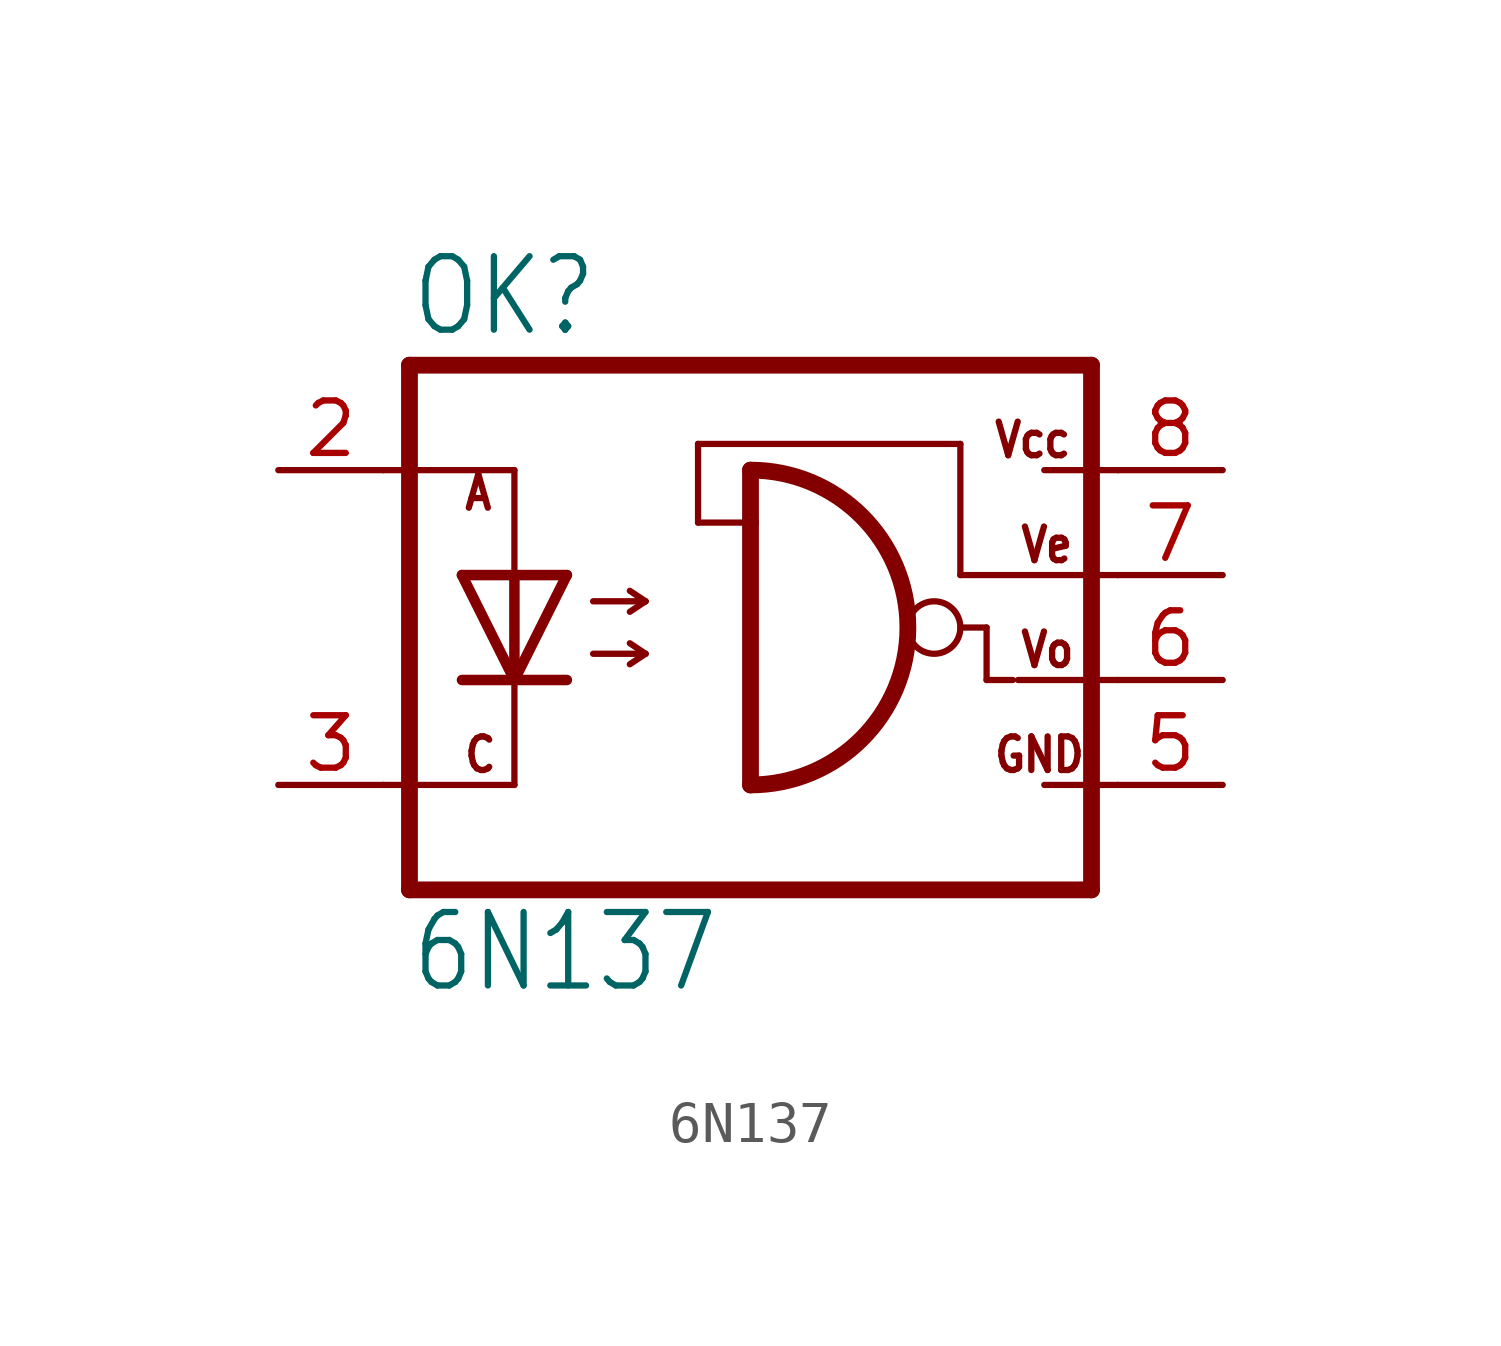
<source format=kicad_sym>
(kicad_symbol_lib
  (version 20211014)
  (generator kicad_symbol_editor)
  (symbol "6N137"
    (property "Reference" "OK"
      (at -9.525 8.255 0)
      (effects (font (size 1.778 1.511)) (justify left bottom)))
    (property "Value" "6N137"
      (at -9.525 -7.62 0)
      (effects (font (size 1.778 1.511)) (justify left bottom)))
    (property "ki_locked" ""
      (at 0 0 0)
      (effects (font (size 1.27 1.27))))
    (symbol "6N137_1_0"
      (arc (start -1.27 -2.54) (mid 2.54 1.27) (end -1.27 5.08) (stroke (width 0.4064) (type default) (color 0 0 0 0)) (fill (type none)))
      (polyline (pts (xy -10.16 -2.54) (xy -6.985 -2.54)) (stroke (width 0.152) (type default) (color 0 0 0 0)) (fill (type none)))
      (polyline (pts (xy -10.16 5.08) (xy -6.985 5.08)) (stroke (width 0.152) (type default) (color 0 0 0 0)) (fill (type none)))
      (polyline (pts (xy -9.525 7.62) (xy -9.525 -5.08)) (stroke (width 0.406) (type default) (color 0 0 0 0)) (fill (type none)))
      (polyline (pts (xy -6.985 -2.54) (xy -6.985 0)) (stroke (width 0.152) (type default) (color 0 0 0 0)) (fill (type none)))
      (polyline (pts (xy -6.985 0) (xy -8.255 0)) (stroke (width 0.254) (type default) (color 0 0 0 0)) (fill (type none)))
      (polyline (pts (xy -6.985 0) (xy -8.255 2.54)) (stroke (width 0.254) (type default) (color 0 0 0 0)) (fill (type none)))
      (polyline (pts (xy -6.985 2.54) (xy -8.255 2.54)) (stroke (width 0.254) (type default) (color 0 0 0 0)) (fill (type none)))
      (polyline (pts (xy -6.985 2.54) (xy -6.985 0)) (stroke (width 0.254) (type default) (color 0 0 0 0)) (fill (type none)))
      (polyline (pts (xy -6.985 2.54) (xy -6.985 5.08)) (stroke (width 0.152) (type default) (color 0 0 0 0)) (fill (type none)))
      (polyline (pts (xy -5.715 0) (xy -6.985 0)) (stroke (width 0.254) (type default) (color 0 0 0 0)) (fill (type none)))
      (polyline (pts (xy -5.715 2.54) (xy -6.985 0)) (stroke (width 0.254) (type default) (color 0 0 0 0)) (fill (type none)))
      (polyline (pts (xy -5.715 2.54) (xy -6.985 2.54)) (stroke (width 0.254) (type default) (color 0 0 0 0)) (fill (type none)))
      (polyline (pts (xy -5.08 0.635) (xy -3.81 0.635)) (stroke (width 0.152) (type default) (color 0 0 0 0)) (fill (type none)))
      (polyline (pts (xy -5.08 1.905) (xy -3.81 1.905)) (stroke (width 0.152) (type default) (color 0 0 0 0)) (fill (type none)))
      (polyline (pts (xy -3.81 0.635) (xy -4.191 0.381)) (stroke (width 0.152) (type default) (color 0 0 0 0)) (fill (type none)))
      (polyline (pts (xy -3.81 0.635) (xy -4.191 0.889)) (stroke (width 0.152) (type default) (color 0 0 0 0)) (fill (type none)))
      (polyline (pts (xy -3.81 1.905) (xy -4.191 1.651)) (stroke (width 0.152) (type default) (color 0 0 0 0)) (fill (type none)))
      (polyline (pts (xy -3.81 1.905) (xy -4.191 2.159)) (stroke (width 0.152) (type default) (color 0 0 0 0)) (fill (type none)))
      (polyline (pts (xy -2.54 3.81) (xy -2.54 5.715)) (stroke (width 0.152) (type default) (color 0 0 0 0)) (fill (type none)))
      (polyline (pts (xy -2.54 5.715) (xy 3.81 5.715)) (stroke (width 0.152) (type default) (color 0 0 0 0)) (fill (type none)))
      (polyline (pts (xy -1.27 3.81) (xy -2.54 3.81)) (stroke (width 0.152) (type default) (color 0 0 0 0)) (fill (type none)))
      (polyline (pts (xy -1.27 3.81) (xy -1.27 -2.54)) (stroke (width 0.406) (type default) (color 0 0 0 0)) (fill (type none)))
      (polyline (pts (xy -1.27 5.08) (xy -1.27 3.81)) (stroke (width 0.406) (type default) (color 0 0 0 0)) (fill (type none)))
      (polyline (pts (xy 3.81 1.27) (xy 4.445 1.27)) (stroke (width 0.152) (type default) (color 0 0 0 0)) (fill (type none)))
      (polyline (pts (xy 3.81 2.54) (xy 7.62 2.54)) (stroke (width 0.152) (type default) (color 0 0 0 0)) (fill (type none)))
      (polyline (pts (xy 3.81 5.715) (xy 3.81 2.54)) (stroke (width 0.152) (type default) (color 0 0 0 0)) (fill (type none)))
      (polyline (pts (xy 4.445 0) (xy 5.08 0)) (stroke (width 0.152) (type default) (color 0 0 0 0)) (fill (type none)))
      (polyline (pts (xy 4.445 1.27) (xy 4.445 0)) (stroke (width 0.152) (type default) (color 0 0 0 0)) (fill (type none)))
      (polyline (pts (xy 5.207 0) (xy 7.62 0)) (stroke (width 0.152) (type default) (color 0 0 0 0)) (fill (type none)))
      (polyline (pts (xy 5.842 -2.54) (xy 7.62 -2.54)) (stroke (width 0.152) (type default) (color 0 0 0 0)) (fill (type none)))
      (polyline (pts (xy 5.842 5.08) (xy 7.62 5.08)) (stroke (width 0.152) (type default) (color 0 0 0 0)) (fill (type none)))
      (polyline (pts (xy 6.985 -5.08) (xy -9.525 -5.08)) (stroke (width 0.406) (type default) (color 0 0 0 0)) (fill (type none)))
      (polyline (pts (xy 6.985 7.62) (xy -9.525 7.62)) (stroke (width 0.406) (type default) (color 0 0 0 0)) (fill (type none)))
      (polyline (pts (xy 6.985 7.62) (xy 6.985 -5.08)) (stroke (width 0.406) (type default) (color 0 0 0 0)) (fill (type none)))
      (circle (center 3.175 1.27) (radius 0.635) (stroke (width 0.152) (type default) (color 0 0 0 0)) (fill (type none)))
      (text "A" (at -8.255 4.064 0) (effects (font (size 0.813 0.691)) (justify left bottom)))
      (text "C" (at -8.255 -2.286 0) (effects (font (size 0.813 0.691)) (justify left bottom)))
      (text "GND" (at 4.572 -2.286 0) (effects (font (size 0.813 0.691)) (justify left bottom)))
      (text "Vcc" (at 4.572 5.334 0) (effects (font (size 0.813 0.691)) (justify left bottom)))
      (text "Ve" (at 5.207 2.794 0) (effects (font (size 0.813 0.691)) (justify left bottom)))
      (text "Vo" (at 5.207 0.254 0) (effects (font (size 0.813 0.691)) (justify left bottom)))
      (pin passive line (at -12.7 5.08 0) (length 2.54) (name "A" (effects (font (size 0 0)))) (number "2" (effects (font (size 1.27 1.27)))))
      (pin passive line (at -12.7 -2.54 0) (length 2.54) (name "C" (effects (font (size 0 0)))) (number "3" (effects (font (size 1.27 1.27)))))
      (pin passive line (at 10.16 -2.54 180) (length 2.54) (name "GND" (effects (font (size 0 0)))) (number "5" (effects (font (size 1.27 1.27)))))
      (pin passive line (at 10.16 0 180) (length 2.54) (name "VO" (effects (font (size 0 0)))) (number "6" (effects (font (size 1.27 1.27)))))
      (pin passive line (at 10.16 2.54 180) (length 2.54) (name "VE" (effects (font (size 0 0)))) (number "7" (effects (font (size 1.27 1.27)))))
      (pin passive line (at 10.16 5.08 180) (length 2.54) (name "VCC" (effects (font (size 0 0)))) (number "8" (effects (font (size 1.27 1.27))))))))
</source>
